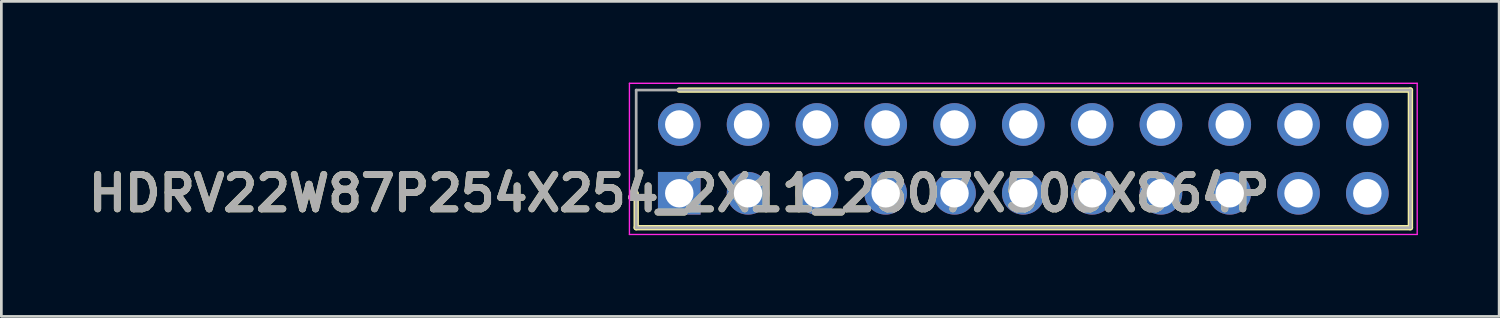
<source format=kicad_pcb>
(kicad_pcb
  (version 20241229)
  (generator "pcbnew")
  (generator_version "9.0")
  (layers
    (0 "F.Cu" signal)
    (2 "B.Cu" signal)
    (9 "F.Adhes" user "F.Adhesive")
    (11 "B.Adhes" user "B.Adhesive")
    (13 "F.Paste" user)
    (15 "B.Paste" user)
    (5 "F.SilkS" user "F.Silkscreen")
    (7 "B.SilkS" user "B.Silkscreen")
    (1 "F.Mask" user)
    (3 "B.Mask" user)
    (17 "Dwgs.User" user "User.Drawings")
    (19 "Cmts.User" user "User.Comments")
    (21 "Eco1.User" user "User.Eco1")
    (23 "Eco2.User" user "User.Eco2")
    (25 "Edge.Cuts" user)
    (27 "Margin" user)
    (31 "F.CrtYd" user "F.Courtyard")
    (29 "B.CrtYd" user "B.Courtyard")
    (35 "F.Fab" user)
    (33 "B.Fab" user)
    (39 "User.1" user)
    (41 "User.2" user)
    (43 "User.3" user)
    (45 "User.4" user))
  (footprint "HDRV22W87P254X254_2X11_2807X508X864P"
    (layer "F.Cu")
    (at 22.025 4.085)
    (property "Reference" "HDRV22W87P254X254_2X11_2807X508X864P" (at 0 0 0) (layer "F.SilkS") (effects (font (size 1.27 1.27) (thickness 0.254))))
    (attr through_hole)
    (fp_line (start -1.59 0) (end -1.59 1.27) (stroke (width 0.2) (type solid)) (layer "F.SilkS"))
    (fp_line (start -1.59 1.27) (end 26.99 1.27) (stroke (width 0.2) (type solid)) (layer "F.SilkS"))
    (fp_line (start 26.99 -3.81) (end 0 -3.81) (stroke (width 0.2) (type solid)) (layer "F.SilkS"))
    (fp_line (start 26.99 1.27) (end 26.99 -3.81) (stroke (width 0.2) (type solid)) (layer "F.SilkS"))
    (fp_line (start -1.84 -4.06) (end 27.24 -4.06) (stroke (width 0.05) (type solid)) (layer "F.CrtYd"))
    (fp_line (start -1.84 1.52) (end -1.84 -4.06) (stroke (width 0.05) (type solid)) (layer "F.CrtYd"))
    (fp_line (start 27.24 -4.06) (end 27.24 1.52) (stroke (width 0.05) (type solid)) (layer "F.CrtYd"))
    (fp_line (start 27.24 1.52) (end -1.84 1.52) (stroke (width 0.05) (type solid)) (layer "F.CrtYd"))
    (fp_line (start -1.59 -3.81) (end 26.99 -3.81) (stroke (width 0.1) (type solid)) (layer "F.Fab"))
    (fp_line (start -1.59 1.27) (end -1.59 -3.81) (stroke (width 0.1) (type solid)) (layer "F.Fab"))
    (fp_line (start 26.99 -3.81) (end 26.99 1.27) (stroke (width 0.1) (type solid)) (layer "F.Fab"))
    (fp_line (start 26.99 1.27) (end -1.59 1.27) (stroke (width 0.1) (type solid)) (layer "F.Fab"))
    (fp_text user "${REFERENCE}" (at 0 0 0) (layer "F.Fab") (effects (font (size 1.27 1.27) (thickness 0.254))))
    (pad "1" thru_hole rect (at 0 0) (size 1.575 1.575) (drill 1.05) (layers "*.Cu" "*.Mask"))
    (pad "2" thru_hole circle (at 0 -2.54) (size 1.575 1.575) (drill 1.05) (layers "*.Cu" "*.Mask"))
    (pad "3" thru_hole circle (at 2.54 0) (size 1.575 1.575) (drill 1.05) (layers "*.Cu" "*.Mask"))
    (pad "4" thru_hole circle (at 2.54 -2.54) (size 1.575 1.575) (drill 1.05) (layers "*.Cu" "*.Mask"))
    (pad "5" thru_hole circle (at 5.08 0) (size 1.575 1.575) (drill 1.05) (layers "*.Cu" "*.Mask"))
    (pad "6" thru_hole circle (at 5.08 -2.54) (size 1.575 1.575) (drill 1.05) (layers "*.Cu" "*.Mask"))
    (pad "7" thru_hole circle (at 7.62 0) (size 1.575 1.575) (drill 1.05) (layers "*.Cu" "*.Mask"))
    (pad "8" thru_hole circle (at 7.62 -2.54) (size 1.575 1.575) (drill 1.05) (layers "*.Cu" "*.Mask"))
    (pad "9" thru_hole circle (at 10.16 0) (size 1.575 1.575) (drill 1.05) (layers "*.Cu" "*.Mask"))
    (pad "10" thru_hole circle (at 10.16 -2.54) (size 1.575 1.575) (drill 1.05) (layers "*.Cu" "*.Mask"))
    (pad "11" thru_hole circle (at 12.7 0) (size 1.575 1.575) (drill 1.05) (layers "*.Cu" "*.Mask"))
    (pad "12" thru_hole circle (at 12.7 -2.54) (size 1.575 1.575) (drill 1.05) (layers "*.Cu" "*.Mask"))
    (pad "13" thru_hole circle (at 15.24 0) (size 1.575 1.575) (drill 1.05) (layers "*.Cu" "*.Mask"))
    (pad "14" thru_hole circle (at 15.24 -2.54) (size 1.575 1.575) (drill 1.05) (layers "*.Cu" "*.Mask"))
    (pad "15" thru_hole circle (at 17.78 0) (size 1.575 1.575) (drill 1.05) (layers "*.Cu" "*.Mask"))
    (pad "16" thru_hole circle (at 17.78 -2.54) (size 1.575 1.575) (drill 1.05) (layers "*.Cu" "*.Mask"))
    (pad "17" thru_hole circle (at 20.32 0) (size 1.575 1.575) (drill 1.05) (layers "*.Cu" "*.Mask"))
    (pad "18" thru_hole circle (at 20.32 -2.54) (size 1.575 1.575) (drill 1.05) (layers "*.Cu" "*.Mask"))
    (pad "19" thru_hole circle (at 22.86 0) (size 1.575 1.575) (drill 1.05) (layers "*.Cu" "*.Mask"))
    (pad "20" thru_hole circle (at 22.86 -2.54) (size 1.575 1.575) (drill 1.05) (layers "*.Cu" "*.Mask"))
    (pad "21" thru_hole circle (at 25.4 0) (size 1.575 1.575) (drill 1.05) (layers "*.Cu" "*.Mask"))
    (pad "22" thru_hole circle (at 25.4 -2.54) (size 1.575 1.575) (drill 1.05) (layers "*.Cu" "*.Mask")))
  (gr_rect
    (start -3 -3)
    (end 52.29 8.63)
    (stroke (width 0.1) (type default))
    (fill no)
    (layer "Edge.Cuts")))
</source>
